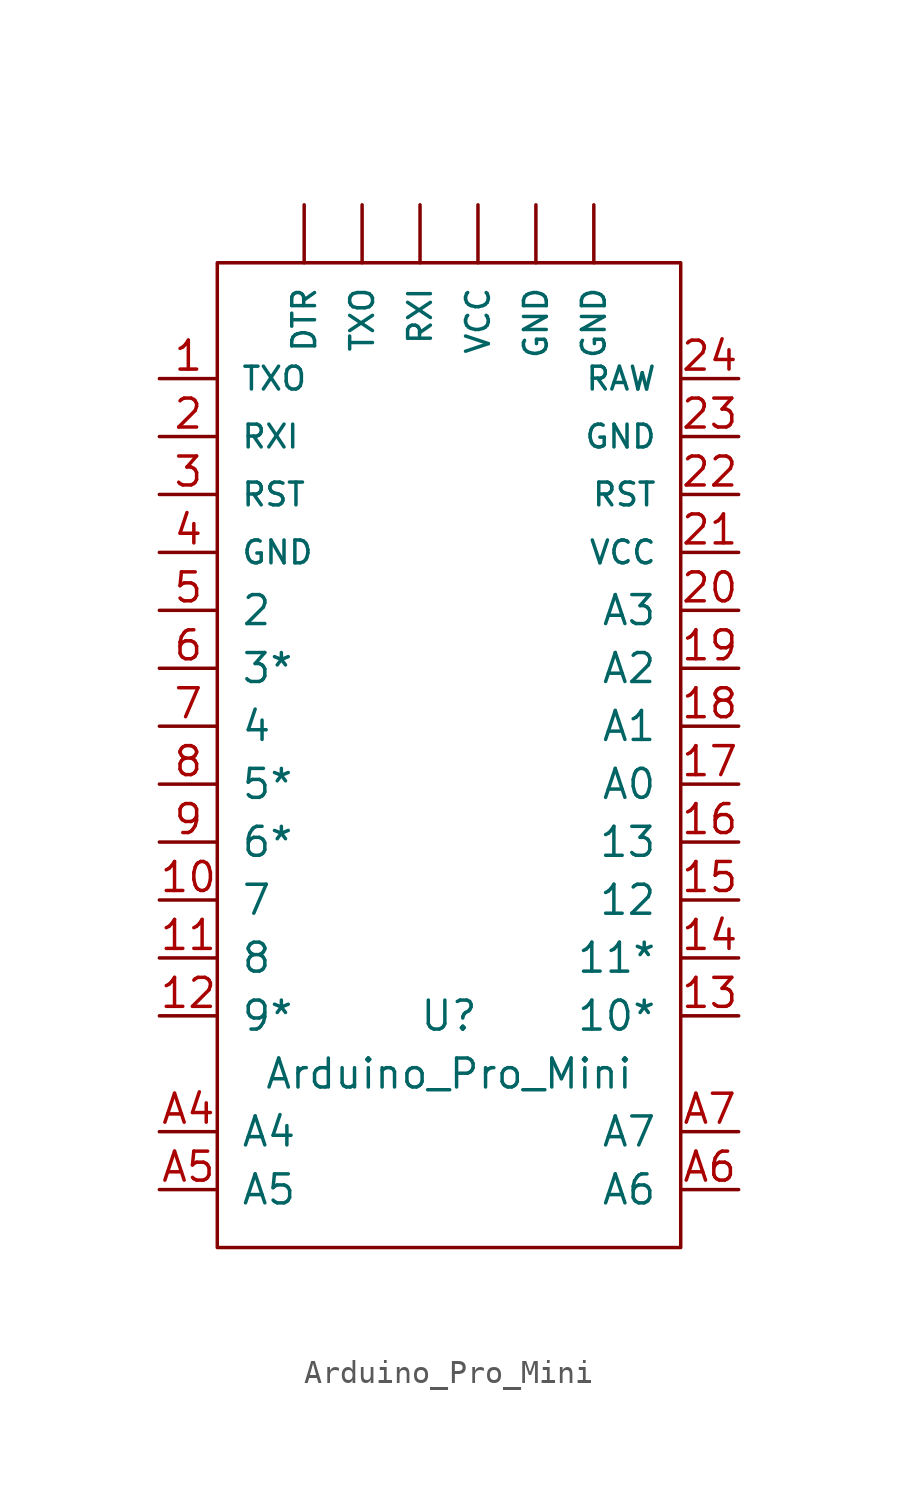
<source format=kicad_sym>
(kicad_symbol_lib
  (version 20211014)
  (generator kicad_symbol_editor)
  (symbol "Arduino_Pro_Mini"
    (pin_names
      (offset 1.016))
    (property "Reference" "U"
      (at 0 -10.16 0)
      (effects (font (size 1.27 1.27))))
    (property "Value" "Arduino_Pro_Mini"
      (at 0 -12.7 0)
      (effects (font (size 1.27 1.27))))
    (symbol "Arduino_Pro_Mini_0_1"
      (rectangle (start -10.16 22.86) (end 10.16 -20.32) (stroke (width 0) (type default) (color 0 0 0 0)) (fill (type none))))
    (symbol "Arduino_Pro_Mini_1_1"
      (pin output line (at -6.35 25.4 270) (length 2.54) (name "DTR" (effects (font (size 1 1)))) (number "" (effects (font (size 1.27 1.27)))))
      (pin power_out line (at 3.81 25.4 270) (length 2.54) (name "GND" (effects (font (size 1 1)))) (number "" (effects (font (size 1.27 1.27)))))
      (pin power_out line (at 6.35 25.4 270) (length 2.54) (name "GND" (effects (font (size 1 1)))) (number "" (effects (font (size 1.27 1.27)))))
      (pin input line (at -1.27 25.4 270) (length 2.54) (name "RXI" (effects (font (size 1 1)))) (number "" (effects (font (size 1.27 1.27)))))
      (pin output line (at -3.81 25.4 270) (length 2.54) (name "TXO" (effects (font (size 1 1)))) (number "" (effects (font (size 1.27 1.27)))))
      (pin power_out line (at 1.27 25.4 270) (length 2.54) (name "VCC" (effects (font (size 1 1)))) (number "" (effects (font (size 1.27 1.27)))))
      (pin bidirectional line (at -12.7 17.78 0) (length 2.54) (name "TXO" (effects (font (size 1 1)))) (number "1" (effects (font (size 1.27 1.27)))))
      (pin bidirectional line (at -12.7 -5.08 0) (length 2.54) (name "7" (effects (font (size 1.27 1.27)))) (number "10" (effects (font (size 1.27 1.27)))))
      (pin bidirectional line (at -12.7 -7.62 0) (length 2.54) (name "8" (effects (font (size 1.27 1.27)))) (number "11" (effects (font (size 1.27 1.27)))))
      (pin bidirectional line (at -12.7 -10.16 0) (length 2.54) (name "9*" (effects (font (size 1.27 1.27)))) (number "12" (effects (font (size 1.27 1.27)))))
      (pin bidirectional line (at 12.7 -10.16 180) (length 2.54) (name "10*" (effects (font (size 1.27 1.27)))) (number "13" (effects (font (size 1.27 1.27)))))
      (pin bidirectional line (at 12.7 -7.62 180) (length 2.54) (name "11*" (effects (font (size 1.27 1.27)))) (number "14" (effects (font (size 1.27 1.27)))))
      (pin bidirectional line (at 12.7 -5.08 180) (length 2.54) (name "12" (effects (font (size 1.27 1.27)))) (number "15" (effects (font (size 1.27 1.27)))))
      (pin bidirectional line (at 12.7 -2.54 180) (length 2.54) (name "13" (effects (font (size 1.27 1.27)))) (number "16" (effects (font (size 1.27 1.27)))))
      (pin bidirectional line (at 12.7 0 180) (length 2.54) (name "A0" (effects (font (size 1.27 1.27)))) (number "17" (effects (font (size 1.27 1.27)))))
      (pin bidirectional line (at 12.7 2.54 180) (length 2.54) (name "A1" (effects (font (size 1.27 1.27)))) (number "18" (effects (font (size 1.27 1.27)))))
      (pin bidirectional line (at 12.7 5.08 180) (length 2.54) (name "A2" (effects (font (size 1.27 1.27)))) (number "19" (effects (font (size 1.27 1.27)))))
      (pin bidirectional line (at -12.7 15.24 0) (length 2.54) (name "RXI" (effects (font (size 1 1)))) (number "2" (effects (font (size 1.27 1.27)))))
      (pin bidirectional line (at 12.7 7.62 180) (length 2.54) (name "A3" (effects (font (size 1.27 1.27)))) (number "20" (effects (font (size 1.27 1.27)))))
      (pin power_in line (at 12.7 10.16 180) (length 2.54) (name "VCC" (effects (font (size 1 1)))) (number "21" (effects (font (size 1.27 1.27)))))
      (pin input line (at 12.7 12.7 180) (length 2.54) (name "RST" (effects (font (size 1 1)))) (number "22" (effects (font (size 1.27 1.27)))))
      (pin power_in line (at 12.7 15.24 180) (length 2.54) (name "GND" (effects (font (size 1 1)))) (number "23" (effects (font (size 1.27 1.27)))))
      (pin power_in line (at 12.7 17.78 180) (length 2.54) (name "RAW" (effects (font (size 1 1)))) (number "24" (effects (font (size 1.27 1.27)))))
      (pin input line (at -12.7 12.7 0) (length 2.54) (name "RST" (effects (font (size 1 1)))) (number "3" (effects (font (size 1.27 1.27)))))
      (pin power_in line (at -12.7 10.16 0) (length 2.54) (name "GND" (effects (font (size 1 1)))) (number "4" (effects (font (size 1.27 1.27)))))
      (pin bidirectional line (at -12.7 7.62 0) (length 2.54) (name "2" (effects (font (size 1.27 1.27)))) (number "5" (effects (font (size 1.27 1.27)))))
      (pin bidirectional line (at -12.7 5.08 0) (length 2.54) (name "3*" (effects (font (size 1.27 1.27)))) (number "6" (effects (font (size 1.27 1.27)))))
      (pin bidirectional line (at -12.7 2.54 0) (length 2.54) (name "4" (effects (font (size 1.27 1.27)))) (number "7" (effects (font (size 1.27 1.27)))))
      (pin bidirectional line (at -12.7 0 0) (length 2.54) (name "5*" (effects (font (size 1.27 1.27)))) (number "8" (effects (font (size 1.27 1.27)))))
      (pin bidirectional line (at -12.7 -2.54 0) (length 2.54) (name "6*" (effects (font (size 1.27 1.27)))) (number "9" (effects (font (size 1.27 1.27)))))
      (pin bidirectional line (at -12.7 -15.24 0) (length 2.54) (name "A4" (effects (font (size 1.27 1.27)))) (number "A4" (effects (font (size 1.27 1.27)))))
      (pin bidirectional line (at -12.7 -17.78 0) (length 2.54) (name "A5" (effects (font (size 1.27 1.27)))) (number "A5" (effects (font (size 1.27 1.27)))))
      (pin bidirectional line (at 12.7 -17.78 180) (length 2.54) (name "A6" (effects (font (size 1.27 1.27)))) (number "A6" (effects (font (size 1.27 1.27)))))
      (pin bidirectional line (at 12.7 -15.24 180) (length 2.54) (name "A7" (effects (font (size 1.27 1.27)))) (number "A7" (effects (font (size 1.27 1.27))))))))
</source>
